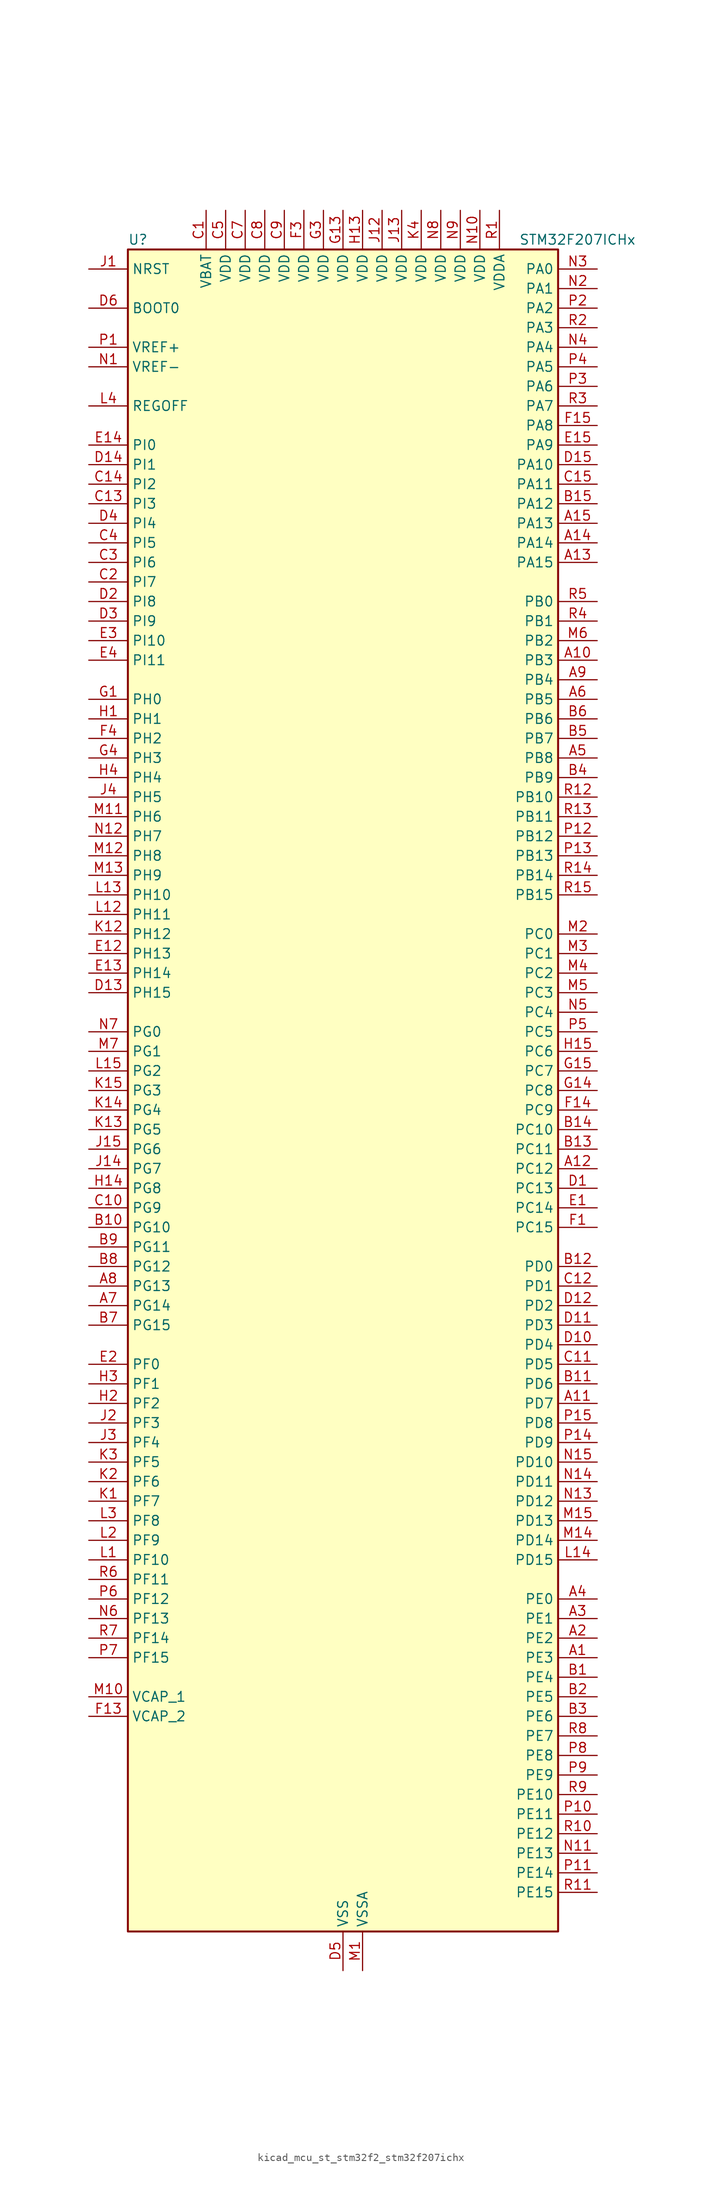
<source format=kicad_sym>
(kicad_symbol_lib
  (version 20220914)
  (generator kicad_symbol_editor)
  (symbol "kicad_mcu_st_stm32f2_stm32f207ichx"
    (property "Reference" "U"
      (at -27.94 110.49 0)
      (effects (font (size 1.27 1.27)) (justify left)))
    (property "Value" "STM32F207ICHx"
      (at 22.86 110.49 0)
      (effects (font (size 1.27 1.27)) (justify left)))
    (property "ki_locked" ""
      (at 0 0 0)
      (effects (font (size 1.27 1.27))))
    (symbol "kicad_mcu_st_stm32f2_stm32f207ichx_0_1"
      (rectangle (start -27.94 -109.22) (end 27.94 109.22) (stroke (width 0.254) (type default)) (fill (type background))))
    (symbol "kicad_mcu_st_stm32f2_stm32f207ichx_1_1"
      (pin bidirectional line (at 33.02 -73.66 180) (length 5.08) (name "PE3" (effects (font (size 1.27 1.27)))) (number "A1" (effects (font (size 1.27 1.27)))) (alternate "FSMC_A19" bidirectional line) (alternate "SYS_TRACED0" bidirectional line))
      (pin bidirectional line (at 33.02 55.88 180) (length 5.08) (name "PB3" (effects (font (size 1.27 1.27)))) (number "A10" (effects (font (size 1.27 1.27)))) (alternate "I2S3_SCK" bidirectional line) (alternate "SPI1_SCK" bidirectional line) (alternate "SPI3_SCK" bidirectional line) (alternate "SYS_JTDO-SWO" bidirectional line) (alternate "TIM2_CH2" bidirectional line))
      (pin bidirectional line (at 33.02 -40.64 180) (length 5.08) (name "PD7" (effects (font (size 1.27 1.27)))) (number "A11" (effects (font (size 1.27 1.27)))) (alternate "FSMC_NCE2" bidirectional line) (alternate "FSMC_NE1" bidirectional line) (alternate "USART2_CK" bidirectional line))
      (pin bidirectional line (at 33.02 -10.16 180) (length 5.08) (name "PC12" (effects (font (size 1.27 1.27)))) (number "A12" (effects (font (size 1.27 1.27)))) (alternate "DCMI_D9" bidirectional line) (alternate "I2S3_SD" bidirectional line) (alternate "SDIO_CK" bidirectional line) (alternate "SPI3_MOSI" bidirectional line) (alternate "UART5_TX" bidirectional line) (alternate "USART3_CK" bidirectional line))
      (pin bidirectional line (at 33.02 68.58 180) (length 5.08) (name "PA15" (effects (font (size 1.27 1.27)))) (number "A13" (effects (font (size 1.27 1.27)))) (alternate "ADC1_EXTI15" bidirectional line) (alternate "ADC2_EXTI15" bidirectional line) (alternate "ADC3_EXTI15" bidirectional line) (alternate "I2S3_WS" bidirectional line) (alternate "SPI1_NSS" bidirectional line) (alternate "SPI3_NSS" bidirectional line) (alternate "SYS_JTDI" bidirectional line) (alternate "TIM2_CH1" bidirectional line) (alternate "TIM2_ETR" bidirectional line))
      (pin bidirectional line (at 33.02 71.12 180) (length 5.08) (name "PA14" (effects (font (size 1.27 1.27)))) (number "A14" (effects (font (size 1.27 1.27)))) (alternate "SYS_JTCK-SWCLK" bidirectional line))
      (pin bidirectional line (at 33.02 73.66 180) (length 5.08) (name "PA13" (effects (font (size 1.27 1.27)))) (number "A15" (effects (font (size 1.27 1.27)))) (alternate "SYS_JTMS-SWDIO" bidirectional line))
      (pin bidirectional line (at 33.02 -71.12 180) (length 5.08) (name "PE2" (effects (font (size 1.27 1.27)))) (number "A2" (effects (font (size 1.27 1.27)))) (alternate "ETH_TXD3" bidirectional line) (alternate "FSMC_A23" bidirectional line) (alternate "SYS_TRACECLK" bidirectional line))
      (pin bidirectional line (at 33.02 -68.58 180) (length 5.08) (name "PE1" (effects (font (size 1.27 1.27)))) (number "A3" (effects (font (size 1.27 1.27)))) (alternate "DCMI_D3" bidirectional line) (alternate "FSMC_NBL1" bidirectional line))
      (pin bidirectional line (at 33.02 -66.04 180) (length 5.08) (name "PE0" (effects (font (size 1.27 1.27)))) (number "A4" (effects (font (size 1.27 1.27)))) (alternate "DCMI_D2" bidirectional line) (alternate "FSMC_NBL0" bidirectional line) (alternate "TIM4_ETR" bidirectional line))
      (pin bidirectional line (at 33.02 43.18 180) (length 5.08) (name "PB8" (effects (font (size 1.27 1.27)))) (number "A5" (effects (font (size 1.27 1.27)))) (alternate "CAN1_RX" bidirectional line) (alternate "DCMI_D6" bidirectional line) (alternate "ETH_TXD3" bidirectional line) (alternate "I2C1_SCL" bidirectional line) (alternate "SDIO_D4" bidirectional line) (alternate "TIM10_CH1" bidirectional line) (alternate "TIM4_CH3" bidirectional line))
      (pin bidirectional line (at 33.02 50.8 180) (length 5.08) (name "PB5" (effects (font (size 1.27 1.27)))) (number "A6" (effects (font (size 1.27 1.27)))) (alternate "CAN2_RX" bidirectional line) (alternate "DCMI_D10" bidirectional line) (alternate "ETH_PPS_OUT" bidirectional line) (alternate "I2C1_SMBA" bidirectional line) (alternate "I2S3_SD" bidirectional line) (alternate "SPI1_MOSI" bidirectional line) (alternate "SPI3_MOSI" bidirectional line) (alternate "TIM3_CH2" bidirectional line) (alternate "USB_OTG_HS_ULPI_D7" bidirectional line))
      (pin bidirectional line (at -33.02 -27.94 0) (length 5.08) (name "PG14" (effects (font (size 1.27 1.27)))) (number "A7" (effects (font (size 1.27 1.27)))) (alternate "ETH_TXD1" bidirectional line) (alternate "FSMC_A25" bidirectional line) (alternate "USART6_TX" bidirectional line))
      (pin bidirectional line (at -33.02 -25.4 0) (length 5.08) (name "PG13" (effects (font (size 1.27 1.27)))) (number "A8" (effects (font (size 1.27 1.27)))) (alternate "ETH_TXD0" bidirectional line) (alternate "FSMC_A24" bidirectional line) (alternate "USART6_CTS" bidirectional line))
      (pin bidirectional line (at 33.02 53.34 180) (length 5.08) (name "PB4" (effects (font (size 1.27 1.27)))) (number "A9" (effects (font (size 1.27 1.27)))) (alternate "SPI1_MISO" bidirectional line) (alternate "SPI3_MISO" bidirectional line) (alternate "SYS_JTRST" bidirectional line) (alternate "TIM3_CH1" bidirectional line))
      (pin bidirectional line (at 33.02 -76.2 180) (length 5.08) (name "PE4" (effects (font (size 1.27 1.27)))) (number "B1" (effects (font (size 1.27 1.27)))) (alternate "DCMI_D4" bidirectional line) (alternate "FSMC_A20" bidirectional line) (alternate "SYS_TRACED1" bidirectional line))
      (pin bidirectional line (at -33.02 -17.78 0) (length 5.08) (name "PG10" (effects (font (size 1.27 1.27)))) (number "B10" (effects (font (size 1.27 1.27)))) (alternate "FSMC_NCE4_1" bidirectional line) (alternate "FSMC_NE3" bidirectional line))
      (pin bidirectional line (at 33.02 -38.1 180) (length 5.08) (name "PD6" (effects (font (size 1.27 1.27)))) (number "B11" (effects (font (size 1.27 1.27)))) (alternate "FSMC_NWAIT" bidirectional line) (alternate "USART2_RX" bidirectional line))
      (pin bidirectional line (at 33.02 -22.86 180) (length 5.08) (name "PD0" (effects (font (size 1.27 1.27)))) (number "B12" (effects (font (size 1.27 1.27)))) (alternate "CAN1_RX" bidirectional line) (alternate "FSMC_D2" bidirectional line) (alternate "FSMC_DA2" bidirectional line))
      (pin bidirectional line (at 33.02 -7.62 180) (length 5.08) (name "PC11" (effects (font (size 1.27 1.27)))) (number "B13" (effects (font (size 1.27 1.27)))) (alternate "ADC1_EXTI11" bidirectional line) (alternate "ADC2_EXTI11" bidirectional line) (alternate "ADC3_EXTI11" bidirectional line) (alternate "DCMI_D4" bidirectional line) (alternate "SDIO_D3" bidirectional line) (alternate "SPI3_MISO" bidirectional line) (alternate "UART4_RX" bidirectional line) (alternate "USART3_RX" bidirectional line))
      (pin bidirectional line (at 33.02 -5.08 180) (length 5.08) (name "PC10" (effects (font (size 1.27 1.27)))) (number "B14" (effects (font (size 1.27 1.27)))) (alternate "DCMI_D8" bidirectional line) (alternate "I2S3_SCK" bidirectional line) (alternate "SDIO_D2" bidirectional line) (alternate "SPI3_SCK" bidirectional line) (alternate "UART4_TX" bidirectional line) (alternate "USART3_TX" bidirectional line))
      (pin bidirectional line (at 33.02 76.2 180) (length 5.08) (name "PA12" (effects (font (size 1.27 1.27)))) (number "B15" (effects (font (size 1.27 1.27)))) (alternate "CAN1_TX" bidirectional line) (alternate "TIM1_ETR" bidirectional line) (alternate "USART1_RTS" bidirectional line) (alternate "USB_OTG_FS_DP" bidirectional line))
      (pin bidirectional line (at 33.02 -78.74 180) (length 5.08) (name "PE5" (effects (font (size 1.27 1.27)))) (number "B2" (effects (font (size 1.27 1.27)))) (alternate "DCMI_D6" bidirectional line) (alternate "FSMC_A21" bidirectional line) (alternate "SYS_TRACED2" bidirectional line) (alternate "TIM9_CH1" bidirectional line))
      (pin bidirectional line (at 33.02 -81.28 180) (length 5.08) (name "PE6" (effects (font (size 1.27 1.27)))) (number "B3" (effects (font (size 1.27 1.27)))) (alternate "DCMI_D7" bidirectional line) (alternate "FSMC_A22" bidirectional line) (alternate "SYS_TRACED3" bidirectional line) (alternate "TIM9_CH2" bidirectional line))
      (pin bidirectional line (at 33.02 40.64 180) (length 5.08) (name "PB9" (effects (font (size 1.27 1.27)))) (number "B4" (effects (font (size 1.27 1.27)))) (alternate "CAN1_TX" bidirectional line) (alternate "DAC_EXTI9" bidirectional line) (alternate "DCMI_D7" bidirectional line) (alternate "I2C1_SDA" bidirectional line) (alternate "I2S2_WS" bidirectional line) (alternate "SDIO_D5" bidirectional line) (alternate "SPI2_NSS" bidirectional line) (alternate "TIM11_CH1" bidirectional line) (alternate "TIM4_CH4" bidirectional line))
      (pin bidirectional line (at 33.02 45.72 180) (length 5.08) (name "PB7" (effects (font (size 1.27 1.27)))) (number "B5" (effects (font (size 1.27 1.27)))) (alternate "DCMI_VSYNC" bidirectional line) (alternate "FSMC_NL" bidirectional line) (alternate "I2C1_SDA" bidirectional line) (alternate "TIM4_CH2" bidirectional line) (alternate "USART1_RX" bidirectional line))
      (pin bidirectional line (at 33.02 48.26 180) (length 5.08) (name "PB6" (effects (font (size 1.27 1.27)))) (number "B6" (effects (font (size 1.27 1.27)))) (alternate "CAN2_TX" bidirectional line) (alternate "DCMI_D5" bidirectional line) (alternate "I2C1_SCL" bidirectional line) (alternate "TIM4_CH1" bidirectional line) (alternate "USART1_TX" bidirectional line))
      (pin bidirectional line (at -33.02 -30.48 0) (length 5.08) (name "PG15" (effects (font (size 1.27 1.27)))) (number "B7" (effects (font (size 1.27 1.27)))) (alternate "ADC1_EXTI15" bidirectional line) (alternate "ADC2_EXTI15" bidirectional line) (alternate "ADC3_EXTI15" bidirectional line) (alternate "DCMI_D13" bidirectional line) (alternate "USART6_CTS" bidirectional line))
      (pin bidirectional line (at -33.02 -22.86 0) (length 5.08) (name "PG12" (effects (font (size 1.27 1.27)))) (number "B8" (effects (font (size 1.27 1.27)))) (alternate "FSMC_NE4" bidirectional line) (alternate "USART6_RTS" bidirectional line))
      (pin bidirectional line (at -33.02 -20.32 0) (length 5.08) (name "PG11" (effects (font (size 1.27 1.27)))) (number "B9" (effects (font (size 1.27 1.27)))) (alternate "ADC1_EXTI11" bidirectional line) (alternate "ADC2_EXTI11" bidirectional line) (alternate "ADC3_EXTI11" bidirectional line) (alternate "ETH_TX_EN" bidirectional line) (alternate "FSMC_NCE4_2" bidirectional line))
      (pin power_in line (at -17.78 114.3 270) (length 5.08) (name "VBAT" (effects (font (size 1.27 1.27)))) (number "C1" (effects (font (size 1.27 1.27)))))
      (pin bidirectional line (at -33.02 -15.24 0) (length 5.08) (name "PG9" (effects (font (size 1.27 1.27)))) (number "C10" (effects (font (size 1.27 1.27)))) (alternate "DAC_EXTI9" bidirectional line) (alternate "FSMC_NCE3" bidirectional line) (alternate "FSMC_NE2" bidirectional line) (alternate "USART6_RX" bidirectional line))
      (pin bidirectional line (at 33.02 -35.56 180) (length 5.08) (name "PD5" (effects (font (size 1.27 1.27)))) (number "C11" (effects (font (size 1.27 1.27)))) (alternate "FSMC_NWE" bidirectional line) (alternate "USART2_TX" bidirectional line))
      (pin bidirectional line (at 33.02 -25.4 180) (length 5.08) (name "PD1" (effects (font (size 1.27 1.27)))) (number "C12" (effects (font (size 1.27 1.27)))) (alternate "CAN1_TX" bidirectional line) (alternate "FSMC_D3" bidirectional line) (alternate "FSMC_DA3" bidirectional line))
      (pin bidirectional line (at -33.02 76.2 0) (length 5.08) (name "PI3" (effects (font (size 1.27 1.27)))) (number "C13" (effects (font (size 1.27 1.27)))) (alternate "DCMI_D10" bidirectional line) (alternate "I2S2_SD" bidirectional line) (alternate "SPI2_MOSI" bidirectional line) (alternate "TIM8_ETR" bidirectional line))
      (pin bidirectional line (at -33.02 78.74 0) (length 5.08) (name "PI2" (effects (font (size 1.27 1.27)))) (number "C14" (effects (font (size 1.27 1.27)))) (alternate "DCMI_D9" bidirectional line) (alternate "SPI2_MISO" bidirectional line) (alternate "TIM8_CH4" bidirectional line))
      (pin bidirectional line (at 33.02 78.74 180) (length 5.08) (name "PA11" (effects (font (size 1.27 1.27)))) (number "C15" (effects (font (size 1.27 1.27)))) (alternate "ADC1_EXTI11" bidirectional line) (alternate "ADC2_EXTI11" bidirectional line) (alternate "ADC3_EXTI11" bidirectional line) (alternate "CAN1_RX" bidirectional line) (alternate "TIM1_CH4" bidirectional line) (alternate "USART1_CTS" bidirectional line) (alternate "USB_OTG_FS_DM" bidirectional line))
      (pin bidirectional line (at -33.02 66.04 0) (length 5.08) (name "PI7" (effects (font (size 1.27 1.27)))) (number "C2" (effects (font (size 1.27 1.27)))) (alternate "DCMI_D7" bidirectional line) (alternate "TIM8_CH3" bidirectional line))
      (pin bidirectional line (at -33.02 68.58 0) (length 5.08) (name "PI6" (effects (font (size 1.27 1.27)))) (number "C3" (effects (font (size 1.27 1.27)))) (alternate "DCMI_D6" bidirectional line) (alternate "TIM8_CH2" bidirectional line))
      (pin bidirectional line (at -33.02 71.12 0) (length 5.08) (name "PI5" (effects (font (size 1.27 1.27)))) (number "C4" (effects (font (size 1.27 1.27)))) (alternate "DCMI_VSYNC" bidirectional line) (alternate "TIM8_CH1" bidirectional line))
      (pin power_in line (at -15.24 114.3 270) (length 5.08) (name "VDD" (effects (font (size 1.27 1.27)))) (number "C5" (effects (font (size 1.27 1.27)))))
      (pin no_connect line (at -27.94 -109.22 0) (length 5.08) hide (name "RFU" (effects (font (size 1.27 1.27)))) (number "C6" (effects (font (size 1.27 1.27)))))
      (pin power_in line (at -12.7 114.3 270) (length 5.08) (name "VDD" (effects (font (size 1.27 1.27)))) (number "C7" (effects (font (size 1.27 1.27)))))
      (pin power_in line (at -10.16 114.3 270) (length 5.08) (name "VDD" (effects (font (size 1.27 1.27)))) (number "C8" (effects (font (size 1.27 1.27)))))
      (pin power_in line (at -7.62 114.3 270) (length 5.08) (name "VDD" (effects (font (size 1.27 1.27)))) (number "C9" (effects (font (size 1.27 1.27)))))
      (pin bidirectional line (at 33.02 -12.7 180) (length 5.08) (name "PC13" (effects (font (size 1.27 1.27)))) (number "D1" (effects (font (size 1.27 1.27)))) (alternate "RTC_AF1" bidirectional line))
      (pin bidirectional line (at 33.02 -33.02 180) (length 5.08) (name "PD4" (effects (font (size 1.27 1.27)))) (number "D10" (effects (font (size 1.27 1.27)))) (alternate "FSMC_NOE" bidirectional line) (alternate "USART2_RTS" bidirectional line))
      (pin bidirectional line (at 33.02 -30.48 180) (length 5.08) (name "PD3" (effects (font (size 1.27 1.27)))) (number "D11" (effects (font (size 1.27 1.27)))) (alternate "FSMC_CLK" bidirectional line) (alternate "USART2_CTS" bidirectional line))
      (pin bidirectional line (at 33.02 -27.94 180) (length 5.08) (name "PD2" (effects (font (size 1.27 1.27)))) (number "D12" (effects (font (size 1.27 1.27)))) (alternate "DCMI_D11" bidirectional line) (alternate "SDIO_CMD" bidirectional line) (alternate "TIM3_ETR" bidirectional line) (alternate "UART5_RX" bidirectional line))
      (pin bidirectional line (at -33.02 12.7 0) (length 5.08) (name "PH15" (effects (font (size 1.27 1.27)))) (number "D13" (effects (font (size 1.27 1.27)))) (alternate "ADC1_EXTI15" bidirectional line) (alternate "ADC2_EXTI15" bidirectional line) (alternate "ADC3_EXTI15" bidirectional line) (alternate "DCMI_D11" bidirectional line) (alternate "TIM8_CH3N" bidirectional line))
      (pin bidirectional line (at -33.02 81.28 0) (length 5.08) (name "PI1" (effects (font (size 1.27 1.27)))) (number "D14" (effects (font (size 1.27 1.27)))) (alternate "DCMI_D8" bidirectional line) (alternate "I2S2_SCK" bidirectional line) (alternate "SPI2_SCK" bidirectional line))
      (pin bidirectional line (at 33.02 81.28 180) (length 5.08) (name "PA10" (effects (font (size 1.27 1.27)))) (number "D15" (effects (font (size 1.27 1.27)))) (alternate "DCMI_D1" bidirectional line) (alternate "TIM1_CH3" bidirectional line) (alternate "USART1_RX" bidirectional line) (alternate "USB_OTG_FS_ID" bidirectional line))
      (pin bidirectional line (at -33.02 63.5 0) (length 5.08) (name "PI8" (effects (font (size 1.27 1.27)))) (number "D2" (effects (font (size 1.27 1.27)))) (alternate "RTC_AF2" bidirectional line))
      (pin bidirectional line (at -33.02 60.96 0) (length 5.08) (name "PI9" (effects (font (size 1.27 1.27)))) (number "D3" (effects (font (size 1.27 1.27)))) (alternate "CAN1_RX" bidirectional line) (alternate "DAC_EXTI9" bidirectional line))
      (pin bidirectional line (at -33.02 73.66 0) (length 5.08) (name "PI4" (effects (font (size 1.27 1.27)))) (number "D4" (effects (font (size 1.27 1.27)))) (alternate "DCMI_D5" bidirectional line) (alternate "TIM8_BKIN" bidirectional line))
      (pin power_in line (at 0 -114.3 90) (length 5.08) (name "VSS" (effects (font (size 1.27 1.27)))) (number "D5" (effects (font (size 1.27 1.27)))))
      (pin input line (at -33.02 101.6 0) (length 5.08) (name "BOOT0" (effects (font (size 1.27 1.27)))) (number "D6" (effects (font (size 1.27 1.27)))))
      (pin passive line (at 0 -114.3 90) (length 5.08) hide (name "VSS" (effects (font (size 1.27 1.27)))) (number "D7" (effects (font (size 1.27 1.27)))))
      (pin passive line (at 0 -114.3 90) (length 5.08) hide (name "VSS" (effects (font (size 1.27 1.27)))) (number "D8" (effects (font (size 1.27 1.27)))))
      (pin passive line (at 0 -114.3 90) (length 5.08) hide (name "VSS" (effects (font (size 1.27 1.27)))) (number "D9" (effects (font (size 1.27 1.27)))))
      (pin bidirectional line (at 33.02 -15.24 180) (length 5.08) (name "PC14" (effects (font (size 1.27 1.27)))) (number "E1" (effects (font (size 1.27 1.27)))) (alternate "RCC_OSC32_IN" bidirectional line))
      (pin bidirectional line (at -33.02 17.78 0) (length 5.08) (name "PH13" (effects (font (size 1.27 1.27)))) (number "E12" (effects (font (size 1.27 1.27)))) (alternate "CAN1_TX" bidirectional line) (alternate "TIM8_CH1N" bidirectional line))
      (pin bidirectional line (at -33.02 15.24 0) (length 5.08) (name "PH14" (effects (font (size 1.27 1.27)))) (number "E13" (effects (font (size 1.27 1.27)))) (alternate "DCMI_D4" bidirectional line) (alternate "TIM8_CH2N" bidirectional line))
      (pin bidirectional line (at -33.02 83.82 0) (length 5.08) (name "PI0" (effects (font (size 1.27 1.27)))) (number "E14" (effects (font (size 1.27 1.27)))) (alternate "DCMI_D13" bidirectional line) (alternate "I2S2_WS" bidirectional line) (alternate "SPI2_NSS" bidirectional line) (alternate "TIM5_CH4" bidirectional line))
      (pin bidirectional line (at 33.02 83.82 180) (length 5.08) (name "PA9" (effects (font (size 1.27 1.27)))) (number "E15" (effects (font (size 1.27 1.27)))) (alternate "DAC_EXTI9" bidirectional line) (alternate "DCMI_D0" bidirectional line) (alternate "I2C3_SMBA" bidirectional line) (alternate "TIM1_CH2" bidirectional line) (alternate "USART1_TX" bidirectional line) (alternate "USB_OTG_FS_VBUS" bidirectional line))
      (pin bidirectional line (at -33.02 -35.56 0) (length 5.08) (name "PF0" (effects (font (size 1.27 1.27)))) (number "E2" (effects (font (size 1.27 1.27)))) (alternate "FSMC_A0" bidirectional line) (alternate "I2C2_SDA" bidirectional line))
      (pin bidirectional line (at -33.02 58.42 0) (length 5.08) (name "PI10" (effects (font (size 1.27 1.27)))) (number "E3" (effects (font (size 1.27 1.27)))) (alternate "ETH_RX_ER" bidirectional line))
      (pin bidirectional line (at -33.02 55.88 0) (length 5.08) (name "PI11" (effects (font (size 1.27 1.27)))) (number "E4" (effects (font (size 1.27 1.27)))) (alternate "ADC1_EXTI11" bidirectional line) (alternate "ADC2_EXTI11" bidirectional line) (alternate "ADC3_EXTI11" bidirectional line) (alternate "USB_OTG_HS_ULPI_DIR" bidirectional line))
      (pin bidirectional line (at 33.02 -17.78 180) (length 5.08) (name "PC15" (effects (font (size 1.27 1.27)))) (number "F1" (effects (font (size 1.27 1.27)))) (alternate "ADC1_EXTI15" bidirectional line) (alternate "ADC2_EXTI15" bidirectional line) (alternate "ADC3_EXTI15" bidirectional line) (alternate "RCC_OSC32_OUT" bidirectional line))
      (pin passive line (at 0 -114.3 90) (length 5.08) hide (name "VSS" (effects (font (size 1.27 1.27)))) (number "F10" (effects (font (size 1.27 1.27)))))
      (pin passive line (at 0 -114.3 90) (length 5.08) hide (name "VSS" (effects (font (size 1.27 1.27)))) (number "F12" (effects (font (size 1.27 1.27)))))
      (pin power_out line (at -33.02 -81.28 0) (length 5.08) (name "VCAP_2" (effects (font (size 1.27 1.27)))) (number "F13" (effects (font (size 1.27 1.27)))))
      (pin bidirectional line (at 33.02 -2.54 180) (length 5.08) (name "PC9" (effects (font (size 1.27 1.27)))) (number "F14" (effects (font (size 1.27 1.27)))) (alternate "DAC_EXTI9" bidirectional line) (alternate "DCMI_D3" bidirectional line) (alternate "I2C3_SDA" bidirectional line) (alternate "I2S_CKIN" bidirectional line) (alternate "RCC_MCO_2" bidirectional line) (alternate "SDIO_D1" bidirectional line) (alternate "TIM3_CH4" bidirectional line) (alternate "TIM8_CH4" bidirectional line))
      (pin bidirectional line (at 33.02 86.36 180) (length 5.08) (name "PA8" (effects (font (size 1.27 1.27)))) (number "F15" (effects (font (size 1.27 1.27)))) (alternate "I2C3_SCL" bidirectional line) (alternate "RCC_MCO_1" bidirectional line) (alternate "TIM1_CH1" bidirectional line) (alternate "USART1_CK" bidirectional line) (alternate "USB_OTG_FS_SOF" bidirectional line))
      (pin passive line (at 0 -114.3 90) (length 5.08) hide (name "VSS" (effects (font (size 1.27 1.27)))) (number "F2" (effects (font (size 1.27 1.27)))))
      (pin power_in line (at -5.08 114.3 270) (length 5.08) (name "VDD" (effects (font (size 1.27 1.27)))) (number "F3" (effects (font (size 1.27 1.27)))))
      (pin bidirectional line (at -33.02 45.72 0) (length 5.08) (name "PH2" (effects (font (size 1.27 1.27)))) (number "F4" (effects (font (size 1.27 1.27)))) (alternate "ETH_CRS" bidirectional line))
      (pin passive line (at 0 -114.3 90) (length 5.08) hide (name "VSS" (effects (font (size 1.27 1.27)))) (number "F6" (effects (font (size 1.27 1.27)))))
      (pin passive line (at 0 -114.3 90) (length 5.08) hide (name "VSS" (effects (font (size 1.27 1.27)))) (number "F7" (effects (font (size 1.27 1.27)))))
      (pin passive line (at 0 -114.3 90) (length 5.08) hide (name "VSS" (effects (font (size 1.27 1.27)))) (number "F8" (effects (font (size 1.27 1.27)))))
      (pin passive line (at 0 -114.3 90) (length 5.08) hide (name "VSS" (effects (font (size 1.27 1.27)))) (number "F9" (effects (font (size 1.27 1.27)))))
      (pin bidirectional line (at -33.02 50.8 0) (length 5.08) (name "PH0" (effects (font (size 1.27 1.27)))) (number "G1" (effects (font (size 1.27 1.27)))) (alternate "RCC_OSC_IN" bidirectional line))
      (pin passive line (at 0 -114.3 90) (length 5.08) hide (name "VSS" (effects (font (size 1.27 1.27)))) (number "G10" (effects (font (size 1.27 1.27)))))
      (pin passive line (at 0 -114.3 90) (length 5.08) hide (name "VSS" (effects (font (size 1.27 1.27)))) (number "G12" (effects (font (size 1.27 1.27)))))
      (pin power_in line (at 0 114.3 270) (length 5.08) (name "VDD" (effects (font (size 1.27 1.27)))) (number "G13" (effects (font (size 1.27 1.27)))))
      (pin bidirectional line (at 33.02 0 180) (length 5.08) (name "PC8" (effects (font (size 1.27 1.27)))) (number "G14" (effects (font (size 1.27 1.27)))) (alternate "DCMI_D2" bidirectional line) (alternate "SDIO_D0" bidirectional line) (alternate "TIM3_CH3" bidirectional line) (alternate "TIM8_CH3" bidirectional line) (alternate "USART6_CK" bidirectional line))
      (pin bidirectional line (at 33.02 2.54 180) (length 5.08) (name "PC7" (effects (font (size 1.27 1.27)))) (number "G15" (effects (font (size 1.27 1.27)))) (alternate "DCMI_D1" bidirectional line) (alternate "I2S3_MCK" bidirectional line) (alternate "SDIO_D7" bidirectional line) (alternate "TIM3_CH2" bidirectional line) (alternate "TIM8_CH2" bidirectional line) (alternate "USART6_RX" bidirectional line))
      (pin passive line (at 0 -114.3 90) (length 5.08) hide (name "VSS" (effects (font (size 1.27 1.27)))) (number "G2" (effects (font (size 1.27 1.27)))))
      (pin power_in line (at -2.54 114.3 270) (length 5.08) (name "VDD" (effects (font (size 1.27 1.27)))) (number "G3" (effects (font (size 1.27 1.27)))))
      (pin bidirectional line (at -33.02 43.18 0) (length 5.08) (name "PH3" (effects (font (size 1.27 1.27)))) (number "G4" (effects (font (size 1.27 1.27)))) (alternate "ETH_COL" bidirectional line))
      (pin passive line (at 0 -114.3 90) (length 5.08) hide (name "VSS" (effects (font (size 1.27 1.27)))) (number "G6" (effects (font (size 1.27 1.27)))))
      (pin passive line (at 0 -114.3 90) (length 5.08) hide (name "VSS" (effects (font (size 1.27 1.27)))) (number "G7" (effects (font (size 1.27 1.27)))))
      (pin passive line (at 0 -114.3 90) (length 5.08) hide (name "VSS" (effects (font (size 1.27 1.27)))) (number "G8" (effects (font (size 1.27 1.27)))))
      (pin passive line (at 0 -114.3 90) (length 5.08) hide (name "VSS" (effects (font (size 1.27 1.27)))) (number "G9" (effects (font (size 1.27 1.27)))))
      (pin bidirectional line (at -33.02 48.26 0) (length 5.08) (name "PH1" (effects (font (size 1.27 1.27)))) (number "H1" (effects (font (size 1.27 1.27)))) (alternate "RCC_OSC_OUT" bidirectional line))
      (pin passive line (at 0 -114.3 90) (length 5.08) hide (name "VSS" (effects (font (size 1.27 1.27)))) (number "H10" (effects (font (size 1.27 1.27)))))
      (pin passive line (at 0 -114.3 90) (length 5.08) hide (name "VSS" (effects (font (size 1.27 1.27)))) (number "H12" (effects (font (size 1.27 1.27)))))
      (pin power_in line (at 2.54 114.3 270) (length 5.08) (name "VDD" (effects (font (size 1.27 1.27)))) (number "H13" (effects (font (size 1.27 1.27)))))
      (pin bidirectional line (at -33.02 -12.7 0) (length 5.08) (name "PG8" (effects (font (size 1.27 1.27)))) (number "H14" (effects (font (size 1.27 1.27)))) (alternate "ETH_PPS_OUT" bidirectional line) (alternate "USART6_RTS" bidirectional line))
      (pin bidirectional line (at 33.02 5.08 180) (length 5.08) (name "PC6" (effects (font (size 1.27 1.27)))) (number "H15" (effects (font (size 1.27 1.27)))) (alternate "DCMI_D0" bidirectional line) (alternate "I2S2_MCK" bidirectional line) (alternate "SDIO_D6" bidirectional line) (alternate "TIM3_CH1" bidirectional line) (alternate "TIM8_CH1" bidirectional line) (alternate "USART6_TX" bidirectional line))
      (pin bidirectional line (at -33.02 -40.64 0) (length 5.08) (name "PF2" (effects (font (size 1.27 1.27)))) (number "H2" (effects (font (size 1.27 1.27)))) (alternate "FSMC_A2" bidirectional line) (alternate "I2C2_SMBA" bidirectional line))
      (pin bidirectional line (at -33.02 -38.1 0) (length 5.08) (name "PF1" (effects (font (size 1.27 1.27)))) (number "H3" (effects (font (size 1.27 1.27)))) (alternate "FSMC_A1" bidirectional line) (alternate "I2C2_SCL" bidirectional line))
      (pin bidirectional line (at -33.02 40.64 0) (length 5.08) (name "PH4" (effects (font (size 1.27 1.27)))) (number "H4" (effects (font (size 1.27 1.27)))) (alternate "I2C2_SCL" bidirectional line) (alternate "USB_OTG_HS_ULPI_NXT" bidirectional line))
      (pin passive line (at 0 -114.3 90) (length 5.08) hide (name "VSS" (effects (font (size 1.27 1.27)))) (number "H6" (effects (font (size 1.27 1.27)))))
      (pin passive line (at 0 -114.3 90) (length 5.08) hide (name "VSS" (effects (font (size 1.27 1.27)))) (number "H7" (effects (font (size 1.27 1.27)))))
      (pin passive line (at 0 -114.3 90) (length 5.08) hide (name "VSS" (effects (font (size 1.27 1.27)))) (number "H8" (effects (font (size 1.27 1.27)))))
      (pin passive line (at 0 -114.3 90) (length 5.08) hide (name "VSS" (effects (font (size 1.27 1.27)))) (number "H9" (effects (font (size 1.27 1.27)))))
      (pin input line (at -33.02 106.68 0) (length 5.08) (name "NRST" (effects (font (size 1.27 1.27)))) (number "J1" (effects (font (size 1.27 1.27)))))
      (pin passive line (at 0 -114.3 90) (length 5.08) hide (name "VSS" (effects (font (size 1.27 1.27)))) (number "J10" (effects (font (size 1.27 1.27)))))
      (pin power_in line (at 5.08 114.3 270) (length 5.08) (name "VDD" (effects (font (size 1.27 1.27)))) (number "J12" (effects (font (size 1.27 1.27)))))
      (pin power_in line (at 7.62 114.3 270) (length 5.08) (name "VDD" (effects (font (size 1.27 1.27)))) (number "J13" (effects (font (size 1.27 1.27)))))
      (pin bidirectional line (at -33.02 -10.16 0) (length 5.08) (name "PG7" (effects (font (size 1.27 1.27)))) (number "J14" (effects (font (size 1.27 1.27)))) (alternate "FSMC_INT3" bidirectional line) (alternate "USART6_CK" bidirectional line))
      (pin bidirectional line (at -33.02 -7.62 0) (length 5.08) (name "PG6" (effects (font (size 1.27 1.27)))) (number "J15" (effects (font (size 1.27 1.27)))) (alternate "FSMC_INT2" bidirectional line))
      (pin bidirectional line (at -33.02 -43.18 0) (length 5.08) (name "PF3" (effects (font (size 1.27 1.27)))) (number "J2" (effects (font (size 1.27 1.27)))) (alternate "ADC3_IN9" bidirectional line) (alternate "FSMC_A3" bidirectional line))
      (pin bidirectional line (at -33.02 -45.72 0) (length 5.08) (name "PF4" (effects (font (size 1.27 1.27)))) (number "J3" (effects (font (size 1.27 1.27)))) (alternate "ADC3_IN14" bidirectional line) (alternate "FSMC_A4" bidirectional line))
      (pin bidirectional line (at -33.02 38.1 0) (length 5.08) (name "PH5" (effects (font (size 1.27 1.27)))) (number "J4" (effects (font (size 1.27 1.27)))) (alternate "I2C2_SDA" bidirectional line))
      (pin passive line (at 0 -114.3 90) (length 5.08) hide (name "VSS" (effects (font (size 1.27 1.27)))) (number "J6" (effects (font (size 1.27 1.27)))))
      (pin passive line (at 0 -114.3 90) (length 5.08) hide (name "VSS" (effects (font (size 1.27 1.27)))) (number "J7" (effects (font (size 1.27 1.27)))))
      (pin passive line (at 0 -114.3 90) (length 5.08) hide (name "VSS" (effects (font (size 1.27 1.27)))) (number "J8" (effects (font (size 1.27 1.27)))))
      (pin passive line (at 0 -114.3 90) (length 5.08) hide (name "VSS" (effects (font (size 1.27 1.27)))) (number "J9" (effects (font (size 1.27 1.27)))))
      (pin bidirectional line (at -33.02 -53.34 0) (length 5.08) (name "PF7" (effects (font (size 1.27 1.27)))) (number "K1" (effects (font (size 1.27 1.27)))) (alternate "ADC3_IN5" bidirectional line) (alternate "FSMC_NREG" bidirectional line) (alternate "TIM11_CH1" bidirectional line))
      (pin passive line (at 0 -114.3 90) (length 5.08) hide (name "VSS" (effects (font (size 1.27 1.27)))) (number "K10" (effects (font (size 1.27 1.27)))))
      (pin bidirectional line (at -33.02 20.32 0) (length 5.08) (name "PH12" (effects (font (size 1.27 1.27)))) (number "K12" (effects (font (size 1.27 1.27)))) (alternate "DCMI_D3" bidirectional line) (alternate "TIM5_CH3" bidirectional line))
      (pin bidirectional line (at -33.02 -5.08 0) (length 5.08) (name "PG5" (effects (font (size 1.27 1.27)))) (number "K13" (effects (font (size 1.27 1.27)))) (alternate "FSMC_A15" bidirectional line))
      (pin bidirectional line (at -33.02 -2.54 0) (length 5.08) (name "PG4" (effects (font (size 1.27 1.27)))) (number "K14" (effects (font (size 1.27 1.27)))) (alternate "FSMC_A14" bidirectional line))
      (pin bidirectional line (at -33.02 0 0) (length 5.08) (name "PG3" (effects (font (size 1.27 1.27)))) (number "K15" (effects (font (size 1.27 1.27)))) (alternate "FSMC_A13" bidirectional line))
      (pin bidirectional line (at -33.02 -50.8 0) (length 5.08) (name "PF6" (effects (font (size 1.27 1.27)))) (number "K2" (effects (font (size 1.27 1.27)))) (alternate "ADC3_IN4" bidirectional line) (alternate "FSMC_NIORD" bidirectional line) (alternate "TIM10_CH1" bidirectional line))
      (pin bidirectional line (at -33.02 -48.26 0) (length 5.08) (name "PF5" (effects (font (size 1.27 1.27)))) (number "K3" (effects (font (size 1.27 1.27)))) (alternate "ADC3_IN15" bidirectional line) (alternate "FSMC_A5" bidirectional line))
      (pin power_in line (at 10.16 114.3 270) (length 5.08) (name "VDD" (effects (font (size 1.27 1.27)))) (number "K4" (effects (font (size 1.27 1.27)))))
      (pin passive line (at 0 -114.3 90) (length 5.08) hide (name "VSS" (effects (font (size 1.27 1.27)))) (number "K6" (effects (font (size 1.27 1.27)))))
      (pin passive line (at 0 -114.3 90) (length 5.08) hide (name "VSS" (effects (font (size 1.27 1.27)))) (number "K7" (effects (font (size 1.27 1.27)))))
      (pin passive line (at 0 -114.3 90) (length 5.08) hide (name "VSS" (effects (font (size 1.27 1.27)))) (number "K8" (effects (font (size 1.27 1.27)))))
      (pin passive line (at 0 -114.3 90) (length 5.08) hide (name "VSS" (effects (font (size 1.27 1.27)))) (number "K9" (effects (font (size 1.27 1.27)))))
      (pin bidirectional line (at -33.02 -60.96 0) (length 5.08) (name "PF10" (effects (font (size 1.27 1.27)))) (number "L1" (effects (font (size 1.27 1.27)))) (alternate "ADC3_IN8" bidirectional line) (alternate "FSMC_INTR" bidirectional line))
      (pin bidirectional line (at -33.02 22.86 0) (length 5.08) (name "PH11" (effects (font (size 1.27 1.27)))) (number "L12" (effects (font (size 1.27 1.27)))) (alternate "ADC1_EXTI11" bidirectional line) (alternate "ADC2_EXTI11" bidirectional line) (alternate "ADC3_EXTI11" bidirectional line) (alternate "DCMI_D2" bidirectional line) (alternate "TIM5_CH2" bidirectional line))
      (pin bidirectional line (at -33.02 25.4 0) (length 5.08) (name "PH10" (effects (font (size 1.27 1.27)))) (number "L13" (effects (font (size 1.27 1.27)))) (alternate "DCMI_D1" bidirectional line) (alternate "TIM5_CH1" bidirectional line))
      (pin bidirectional line (at 33.02 -60.96 180) (length 5.08) (name "PD15" (effects (font (size 1.27 1.27)))) (number "L14" (effects (font (size 1.27 1.27)))) (alternate "ADC1_EXTI15" bidirectional line) (alternate "ADC2_EXTI15" bidirectional line) (alternate "ADC3_EXTI15" bidirectional line) (alternate "FSMC_D1" bidirectional line) (alternate "FSMC_DA1" bidirectional line) (alternate "TIM4_CH4" bidirectional line))
      (pin bidirectional line (at -33.02 2.54 0) (length 5.08) (name "PG2" (effects (font (size 1.27 1.27)))) (number "L15" (effects (font (size 1.27 1.27)))) (alternate "FSMC_A12" bidirectional line))
      (pin bidirectional line (at -33.02 -58.42 0) (length 5.08) (name "PF9" (effects (font (size 1.27 1.27)))) (number "L2" (effects (font (size 1.27 1.27)))) (alternate "ADC3_IN7" bidirectional line) (alternate "DAC_EXTI9" bidirectional line) (alternate "FSMC_CD" bidirectional line) (alternate "TIM14_CH1" bidirectional line))
      (pin bidirectional line (at -33.02 -55.88 0) (length 5.08) (name "PF8" (effects (font (size 1.27 1.27)))) (number "L3" (effects (font (size 1.27 1.27)))) (alternate "ADC3_IN6" bidirectional line) (alternate "FSMC_NIOWR" bidirectional line) (alternate "TIM13_CH1" bidirectional line))
      (pin input line (at -33.02 88.9 0) (length 5.08) (name "REGOFF" (effects (font (size 1.27 1.27)))) (number "L4" (effects (font (size 1.27 1.27)))))
      (pin power_in line (at 2.54 -114.3 90) (length 5.08) (name "VSSA" (effects (font (size 1.27 1.27)))) (number "M1" (effects (font (size 1.27 1.27)))))
      (pin power_out line (at -33.02 -78.74 0) (length 5.08) (name "VCAP_1" (effects (font (size 1.27 1.27)))) (number "M10" (effects (font (size 1.27 1.27)))))
      (pin bidirectional line (at -33.02 35.56 0) (length 5.08) (name "PH6" (effects (font (size 1.27 1.27)))) (number "M11" (effects (font (size 1.27 1.27)))) (alternate "ETH_RXD2" bidirectional line) (alternate "I2C2_SMBA" bidirectional line) (alternate "TIM12_CH1" bidirectional line))
      (pin bidirectional line (at -33.02 30.48 0) (length 5.08) (name "PH8" (effects (font (size 1.27 1.27)))) (number "M12" (effects (font (size 1.27 1.27)))) (alternate "DCMI_HSYNC" bidirectional line) (alternate "I2C3_SDA" bidirectional line))
      (pin bidirectional line (at -33.02 27.94 0) (length 5.08) (name "PH9" (effects (font (size 1.27 1.27)))) (number "M13" (effects (font (size 1.27 1.27)))) (alternate "DAC_EXTI9" bidirectional line) (alternate "DCMI_D0" bidirectional line) (alternate "I2C3_SMBA" bidirectional line) (alternate "TIM12_CH2" bidirectional line))
      (pin bidirectional line (at 33.02 -58.42 180) (length 5.08) (name "PD14" (effects (font (size 1.27 1.27)))) (number "M14" (effects (font (size 1.27 1.27)))) (alternate "FSMC_D0" bidirectional line) (alternate "FSMC_DA0" bidirectional line) (alternate "TIM4_CH3" bidirectional line))
      (pin bidirectional line (at 33.02 -55.88 180) (length 5.08) (name "PD13" (effects (font (size 1.27 1.27)))) (number "M15" (effects (font (size 1.27 1.27)))) (alternate "FSMC_A18" bidirectional line) (alternate "TIM4_CH2" bidirectional line))
      (pin bidirectional line (at 33.02 20.32 180) (length 5.08) (name "PC0" (effects (font (size 1.27 1.27)))) (number "M2" (effects (font (size 1.27 1.27)))) (alternate "ADC1_IN10" bidirectional line) (alternate "ADC2_IN10" bidirectional line) (alternate "ADC3_IN10" bidirectional line) (alternate "USB_OTG_HS_ULPI_STP" bidirectional line))
      (pin bidirectional line (at 33.02 17.78 180) (length 5.08) (name "PC1" (effects (font (size 1.27 1.27)))) (number "M3" (effects (font (size 1.27 1.27)))) (alternate "ADC1_IN11" bidirectional line) (alternate "ADC2_IN11" bidirectional line) (alternate "ADC3_IN11" bidirectional line) (alternate "ETH_MDC" bidirectional line))
      (pin bidirectional line (at 33.02 15.24 180) (length 5.08) (name "PC2" (effects (font (size 1.27 1.27)))) (number "M4" (effects (font (size 1.27 1.27)))) (alternate "ADC1_IN12" bidirectional line) (alternate "ADC2_IN12" bidirectional line) (alternate "ADC3_IN12" bidirectional line) (alternate "ETH_TXD2" bidirectional line) (alternate "SPI2_MISO" bidirectional line) (alternate "USB_OTG_HS_ULPI_DIR" bidirectional line))
      (pin bidirectional line (at 33.02 12.7 180) (length 5.08) (name "PC3" (effects (font (size 1.27 1.27)))) (number "M5" (effects (font (size 1.27 1.27)))) (alternate "ADC1_IN13" bidirectional line) (alternate "ADC2_IN13" bidirectional line) (alternate "ADC3_IN13" bidirectional line) (alternate "ETH_TX_CLK" bidirectional line) (alternate "I2S2_SD" bidirectional line) (alternate "SPI2_MOSI" bidirectional line) (alternate "USB_OTG_HS_ULPI_NXT" bidirectional line))
      (pin bidirectional line (at 33.02 58.42 180) (length 5.08) (name "PB2" (effects (font (size 1.27 1.27)))) (number "M6" (effects (font (size 1.27 1.27)))))
      (pin bidirectional line (at -33.02 5.08 0) (length 5.08) (name "PG1" (effects (font (size 1.27 1.27)))) (number "M7" (effects (font (size 1.27 1.27)))) (alternate "FSMC_A11" bidirectional line))
      (pin passive line (at 0 -114.3 90) (length 5.08) hide (name "VSS" (effects (font (size 1.27 1.27)))) (number "M8" (effects (font (size 1.27 1.27)))))
      (pin passive line (at 0 -114.3 90) (length 5.08) hide (name "VSS" (effects (font (size 1.27 1.27)))) (number "M9" (effects (font (size 1.27 1.27)))))
      (pin input line (at -33.02 93.98 0) (length 5.08) (name "VREF-" (effects (font (size 1.27 1.27)))) (number "N1" (effects (font (size 1.27 1.27)))))
      (pin power_in line (at 17.78 114.3 270) (length 5.08) (name "VDD" (effects (font (size 1.27 1.27)))) (number "N10" (effects (font (size 1.27 1.27)))))
      (pin bidirectional line (at 33.02 -99.06 180) (length 5.08) (name "PE13" (effects (font (size 1.27 1.27)))) (number "N11" (effects (font (size 1.27 1.27)))) (alternate "FSMC_D10" bidirectional line) (alternate "FSMC_DA10" bidirectional line) (alternate "TIM1_CH3" bidirectional line))
      (pin bidirectional line (at -33.02 33.02 0) (length 5.08) (name "PH7" (effects (font (size 1.27 1.27)))) (number "N12" (effects (font (size 1.27 1.27)))) (alternate "ETH_RXD3" bidirectional line) (alternate "I2C3_SCL" bidirectional line))
      (pin bidirectional line (at 33.02 -53.34 180) (length 5.08) (name "PD12" (effects (font (size 1.27 1.27)))) (number "N13" (effects (font (size 1.27 1.27)))) (alternate "FSMC_A17" bidirectional line) (alternate "FSMC_ALE" bidirectional line) (alternate "TIM4_CH1" bidirectional line) (alternate "USART3_RTS" bidirectional line))
      (pin bidirectional line (at 33.02 -50.8 180) (length 5.08) (name "PD11" (effects (font (size 1.27 1.27)))) (number "N14" (effects (font (size 1.27 1.27)))) (alternate "ADC1_EXTI11" bidirectional line) (alternate "ADC2_EXTI11" bidirectional line) (alternate "ADC3_EXTI11" bidirectional line) (alternate "FSMC_A16" bidirectional line) (alternate "FSMC_CLE" bidirectional line) (alternate "USART3_CTS" bidirectional line))
      (pin bidirectional line (at 33.02 -48.26 180) (length 5.08) (name "PD10" (effects (font (size 1.27 1.27)))) (number "N15" (effects (font (size 1.27 1.27)))) (alternate "FSMC_D15" bidirectional line) (alternate "FSMC_DA15" bidirectional line) (alternate "USART3_CK" bidirectional line))
      (pin bidirectional line (at 33.02 104.14 180) (length 5.08) (name "PA1" (effects (font (size 1.27 1.27)))) (number "N2" (effects (font (size 1.27 1.27)))) (alternate "ADC1_IN1" bidirectional line) (alternate "ADC2_IN1" bidirectional line) (alternate "ADC3_IN1" bidirectional line) (alternate "ETH_REF_CLK" bidirectional line) (alternate "ETH_RX_CLK" bidirectional line) (alternate "TIM2_CH2" bidirectional line) (alternate "TIM5_CH2" bidirectional line) (alternate "UART4_RX" bidirectional line) (alternate "USART2_RTS" bidirectional line))
      (pin bidirectional line (at 33.02 106.68 180) (length 5.08) (name "PA0" (effects (font (size 1.27 1.27)))) (number "N3" (effects (font (size 1.27 1.27)))) (alternate "ADC1_IN0" bidirectional line) (alternate "ADC2_IN0" bidirectional line) (alternate "ADC3_IN0" bidirectional line) (alternate "ETH_CRS" bidirectional line) (alternate "SYS_WKUP" bidirectional line) (alternate "TIM2_CH1" bidirectional line) (alternate "TIM2_ETR" bidirectional line) (alternate "TIM5_CH1" bidirectional line) (alternate "TIM8_ETR" bidirectional line) (alternate "UART4_TX" bidirectional line) (alternate "USART2_CTS" bidirectional line))
      (pin bidirectional line (at 33.02 96.52 180) (length 5.08) (name "PA4" (effects (font (size 1.27 1.27)))) (number "N4" (effects (font (size 1.27 1.27)))) (alternate "ADC1_IN4" bidirectional line) (alternate "ADC2_IN4" bidirectional line) (alternate "DAC_OUT1" bidirectional line) (alternate "DCMI_HSYNC" bidirectional line) (alternate "I2S3_WS" bidirectional line) (alternate "SPI1_NSS" bidirectional line) (alternate "SPI3_NSS" bidirectional line) (alternate "USART2_CK" bidirectional line) (alternate "USB_OTG_HS_SOF" bidirectional line))
      (pin bidirectional line (at 33.02 10.16 180) (length 5.08) (name "PC4" (effects (font (size 1.27 1.27)))) (number "N5" (effects (font (size 1.27 1.27)))) (alternate "ADC1_IN14" bidirectional line) (alternate "ADC2_IN14" bidirectional line) (alternate "ETH_RXD0" bidirectional line))
      (pin bidirectional line (at -33.02 -68.58 0) (length 5.08) (name "PF13" (effects (font (size 1.27 1.27)))) (number "N6" (effects (font (size 1.27 1.27)))) (alternate "FSMC_A7" bidirectional line))
      (pin bidirectional line (at -33.02 7.62 0) (length 5.08) (name "PG0" (effects (font (size 1.27 1.27)))) (number "N7" (effects (font (size 1.27 1.27)))) (alternate "FSMC_A10" bidirectional line))
      (pin power_in line (at 12.7 114.3 270) (length 5.08) (name "VDD" (effects (font (size 1.27 1.27)))) (number "N8" (effects (font (size 1.27 1.27)))))
      (pin power_in line (at 15.24 114.3 270) (length 5.08) (name "VDD" (effects (font (size 1.27 1.27)))) (number "N9" (effects (font (size 1.27 1.27)))))
      (pin input line (at -33.02 96.52 0) (length 5.08) (name "VREF+" (effects (font (size 1.27 1.27)))) (number "P1" (effects (font (size 1.27 1.27)))))
      (pin bidirectional line (at 33.02 -93.98 180) (length 5.08) (name "PE11" (effects (font (size 1.27 1.27)))) (number "P10" (effects (font (size 1.27 1.27)))) (alternate "ADC1_EXTI11" bidirectional line) (alternate "ADC2_EXTI11" bidirectional line) (alternate "ADC3_EXTI11" bidirectional line) (alternate "FSMC_D8" bidirectional line) (alternate "FSMC_DA8" bidirectional line) (alternate "TIM1_CH2" bidirectional line))
      (pin bidirectional line (at 33.02 -101.6 180) (length 5.08) (name "PE14" (effects (font (size 1.27 1.27)))) (number "P11" (effects (font (size 1.27 1.27)))) (alternate "FSMC_D11" bidirectional line) (alternate "FSMC_DA11" bidirectional line) (alternate "TIM1_CH4" bidirectional line))
      (pin bidirectional line (at 33.02 33.02 180) (length 5.08) (name "PB12" (effects (font (size 1.27 1.27)))) (number "P12" (effects (font (size 1.27 1.27)))) (alternate "CAN2_RX" bidirectional line) (alternate "ETH_TXD0" bidirectional line) (alternate "I2C2_SMBA" bidirectional line) (alternate "I2S2_WS" bidirectional line) (alternate "SPI2_NSS" bidirectional line) (alternate "TIM1_BKIN" bidirectional line) (alternate "USART3_CK" bidirectional line) (alternate "USB_OTG_HS_ID" bidirectional line) (alternate "USB_OTG_HS_ULPI_D5" bidirectional line))
      (pin bidirectional line (at 33.02 30.48 180) (length 5.08) (name "PB13" (effects (font (size 1.27 1.27)))) (number "P13" (effects (font (size 1.27 1.27)))) (alternate "CAN2_TX" bidirectional line) (alternate "ETH_TXD1" bidirectional line) (alternate "I2S2_SCK" bidirectional line) (alternate "SPI2_SCK" bidirectional line) (alternate "TIM1_CH1N" bidirectional line) (alternate "USART3_CTS" bidirectional line) (alternate "USB_OTG_HS_ULPI_D6" bidirectional line) (alternate "USB_OTG_HS_VBUS" bidirectional line))
      (pin bidirectional line (at 33.02 -45.72 180) (length 5.08) (name "PD9" (effects (font (size 1.27 1.27)))) (number "P14" (effects (font (size 1.27 1.27)))) (alternate "DAC_EXTI9" bidirectional line) (alternate "FSMC_D14" bidirectional line) (alternate "FSMC_DA14" bidirectional line) (alternate "USART3_RX" bidirectional line))
      (pin bidirectional line (at 33.02 -43.18 180) (length 5.08) (name "PD8" (effects (font (size 1.27 1.27)))) (number "P15" (effects (font (size 1.27 1.27)))) (alternate "FSMC_D13" bidirectional line) (alternate "FSMC_DA13" bidirectional line) (alternate "USART3_TX" bidirectional line))
      (pin bidirectional line (at 33.02 101.6 180) (length 5.08) (name "PA2" (effects (font (size 1.27 1.27)))) (number "P2" (effects (font (size 1.27 1.27)))) (alternate "ADC1_IN2" bidirectional line) (alternate "ADC2_IN2" bidirectional line) (alternate "ADC3_IN2" bidirectional line) (alternate "ETH_MDIO" bidirectional line) (alternate "TIM2_CH3" bidirectional line) (alternate "TIM5_CH3" bidirectional line) (alternate "TIM9_CH1" bidirectional line) (alternate "USART2_TX" bidirectional line))
      (pin bidirectional line (at 33.02 91.44 180) (length 5.08) (name "PA6" (effects (font (size 1.27 1.27)))) (number "P3" (effects (font (size 1.27 1.27)))) (alternate "ADC1_IN6" bidirectional line) (alternate "ADC2_IN6" bidirectional line) (alternate "DCMI_PIXCLK" bidirectional line) (alternate "SPI1_MISO" bidirectional line) (alternate "TIM13_CH1" bidirectional line) (alternate "TIM1_BKIN" bidirectional line) (alternate "TIM3_CH1" bidirectional line) (alternate "TIM8_BKIN" bidirectional line))
      (pin bidirectional line (at 33.02 93.98 180) (length 5.08) (name "PA5" (effects (font (size 1.27 1.27)))) (number "P4" (effects (font (size 1.27 1.27)))) (alternate "ADC1_IN5" bidirectional line) (alternate "ADC2_IN5" bidirectional line) (alternate "DAC_OUT2" bidirectional line) (alternate "SPI1_SCK" bidirectional line) (alternate "TIM2_CH1" bidirectional line) (alternate "TIM2_ETR" bidirectional line) (alternate "TIM8_CH1N" bidirectional line) (alternate "USB_OTG_HS_ULPI_CK" bidirectional line))
      (pin bidirectional line (at 33.02 7.62 180) (length 5.08) (name "PC5" (effects (font (size 1.27 1.27)))) (number "P5" (effects (font (size 1.27 1.27)))) (alternate "ADC1_IN15" bidirectional line) (alternate "ADC2_IN15" bidirectional line) (alternate "ETH_RXD1" bidirectional line))
      (pin bidirectional line (at -33.02 -66.04 0) (length 5.08) (name "PF12" (effects (font (size 1.27 1.27)))) (number "P6" (effects (font (size 1.27 1.27)))) (alternate "FSMC_A6" bidirectional line))
      (pin bidirectional line (at -33.02 -73.66 0) (length 5.08) (name "PF15" (effects (font (size 1.27 1.27)))) (number "P7" (effects (font (size 1.27 1.27)))) (alternate "ADC1_EXTI15" bidirectional line) (alternate "ADC2_EXTI15" bidirectional line) (alternate "ADC3_EXTI15" bidirectional line) (alternate "FSMC_A9" bidirectional line))
      (pin bidirectional line (at 33.02 -86.36 180) (length 5.08) (name "PE8" (effects (font (size 1.27 1.27)))) (number "P8" (effects (font (size 1.27 1.27)))) (alternate "FSMC_D5" bidirectional line) (alternate "FSMC_DA5" bidirectional line) (alternate "TIM1_CH1N" bidirectional line))
      (pin bidirectional line (at 33.02 -88.9 180) (length 5.08) (name "PE9" (effects (font (size 1.27 1.27)))) (number "P9" (effects (font (size 1.27 1.27)))) (alternate "DAC_EXTI9" bidirectional line) (alternate "FSMC_D6" bidirectional line) (alternate "FSMC_DA6" bidirectional line) (alternate "TIM1_CH1" bidirectional line))
      (pin power_in line (at 20.32 114.3 270) (length 5.08) (name "VDDA" (effects (font (size 1.27 1.27)))) (number "R1" (effects (font (size 1.27 1.27)))))
      (pin bidirectional line (at 33.02 -96.52 180) (length 5.08) (name "PE12" (effects (font (size 1.27 1.27)))) (number "R10" (effects (font (size 1.27 1.27)))) (alternate "FSMC_D9" bidirectional line) (alternate "FSMC_DA9" bidirectional line) (alternate "TIM1_CH3N" bidirectional line))
      (pin bidirectional line (at 33.02 -104.14 180) (length 5.08) (name "PE15" (effects (font (size 1.27 1.27)))) (number "R11" (effects (font (size 1.27 1.27)))) (alternate "ADC1_EXTI15" bidirectional line) (alternate "ADC2_EXTI15" bidirectional line) (alternate "ADC3_EXTI15" bidirectional line) (alternate "FSMC_D12" bidirectional line) (alternate "FSMC_DA12" bidirectional line) (alternate "TIM1_BKIN" bidirectional line))
      (pin bidirectional line (at 33.02 38.1 180) (length 5.08) (name "PB10" (effects (font (size 1.27 1.27)))) (number "R12" (effects (font (size 1.27 1.27)))) (alternate "ETH_RX_ER" bidirectional line) (alternate "I2C2_SCL" bidirectional line) (alternate "I2S2_SCK" bidirectional line) (alternate "SPI2_SCK" bidirectional line) (alternate "TIM2_CH3" bidirectional line) (alternate "USART3_TX" bidirectional line) (alternate "USB_OTG_HS_ULPI_D3" bidirectional line))
      (pin bidirectional line (at 33.02 35.56 180) (length 5.08) (name "PB11" (effects (font (size 1.27 1.27)))) (number "R13" (effects (font (size 1.27 1.27)))) (alternate "ADC1_EXTI11" bidirectional line) (alternate "ADC2_EXTI11" bidirectional line) (alternate "ADC3_EXTI11" bidirectional line) (alternate "ETH_TX_EN" bidirectional line) (alternate "I2C2_SDA" bidirectional line) (alternate "TIM2_CH4" bidirectional line) (alternate "USART3_RX" bidirectional line) (alternate "USB_OTG_HS_ULPI_D4" bidirectional line))
      (pin bidirectional line (at 33.02 27.94 180) (length 5.08) (name "PB14" (effects (font (size 1.27 1.27)))) (number "R14" (effects (font (size 1.27 1.27)))) (alternate "SPI2_MISO" bidirectional line) (alternate "TIM12_CH1" bidirectional line) (alternate "TIM1_CH2N" bidirectional line) (alternate "TIM8_CH2N" bidirectional line) (alternate "USART3_RTS" bidirectional line) (alternate "USB_OTG_HS_DM" bidirectional line))
      (pin bidirectional line (at 33.02 25.4 180) (length 5.08) (name "PB15" (effects (font (size 1.27 1.27)))) (number "R15" (effects (font (size 1.27 1.27)))) (alternate "ADC1_EXTI15" bidirectional line) (alternate "ADC2_EXTI15" bidirectional line) (alternate "ADC3_EXTI15" bidirectional line) (alternate "I2S2_SD" bidirectional line) (alternate "RTC_REFIN" bidirectional line) (alternate "SPI2_MOSI" bidirectional line) (alternate "TIM12_CH2" bidirectional line) (alternate "TIM1_CH3N" bidirectional line) (alternate "TIM8_CH3N" bidirectional line) (alternate "USB_OTG_HS_DP" bidirectional line))
      (pin bidirectional line (at 33.02 99.06 180) (length 5.08) (name "PA3" (effects (font (size 1.27 1.27)))) (number "R2" (effects (font (size 1.27 1.27)))) (alternate "ADC1_IN3" bidirectional line) (alternate "ADC2_IN3" bidirectional line) (alternate "ADC3_IN3" bidirectional line) (alternate "ETH_COL" bidirectional line) (alternate "TIM2_CH4" bidirectional line) (alternate "TIM5_CH4" bidirectional line) (alternate "TIM9_CH2" bidirectional line) (alternate "USART2_RX" bidirectional line) (alternate "USB_OTG_HS_ULPI_D0" bidirectional line))
      (pin bidirectional line (at 33.02 88.9 180) (length 5.08) (name "PA7" (effects (font (size 1.27 1.27)))) (number "R3" (effects (font (size 1.27 1.27)))) (alternate "ADC1_IN7" bidirectional line) (alternate "ADC2_IN7" bidirectional line) (alternate "ETH_CRS_DV" bidirectional line) (alternate "ETH_RX_DV" bidirectional line) (alternate "SPI1_MOSI" bidirectional line) (alternate "TIM14_CH1" bidirectional line) (alternate "TIM1_CH1N" bidirectional line) (alternate "TIM3_CH2" bidirectional line) (alternate "TIM8_CH1N" bidirectional line))
      (pin bidirectional line (at 33.02 60.96 180) (length 5.08) (name "PB1" (effects (font (size 1.27 1.27)))) (number "R4" (effects (font (size 1.27 1.27)))) (alternate "ADC1_IN9" bidirectional line) (alternate "ADC2_IN9" bidirectional line) (alternate "ETH_RXD3" bidirectional line) (alternate "TIM1_CH3N" bidirectional line) (alternate "TIM3_CH4" bidirectional line) (alternate "TIM8_CH3N" bidirectional line) (alternate "USB_OTG_HS_ULPI_D2" bidirectional line))
      (pin bidirectional line (at 33.02 63.5 180) (length 5.08) (name "PB0" (effects (font (size 1.27 1.27)))) (number "R5" (effects (font (size 1.27 1.27)))) (alternate "ADC1_IN8" bidirectional line) (alternate "ADC2_IN8" bidirectional line) (alternate "ETH_RXD2" bidirectional line) (alternate "TIM1_CH2N" bidirectional line) (alternate "TIM3_CH3" bidirectional line) (alternate "TIM8_CH2N" bidirectional line) (alternate "USB_OTG_HS_ULPI_D1" bidirectional line))
      (pin bidirectional line (at -33.02 -63.5 0) (length 5.08) (name "PF11" (effects (font (size 1.27 1.27)))) (number "R6" (effects (font (size 1.27 1.27)))) (alternate "ADC1_EXTI11" bidirectional line) (alternate "ADC2_EXTI11" bidirectional line) (alternate "ADC3_EXTI11" bidirectional line) (alternate "DCMI_D12" bidirectional line))
      (pin bidirectional line (at -33.02 -71.12 0) (length 5.08) (name "PF14" (effects (font (size 1.27 1.27)))) (number "R7" (effects (font (size 1.27 1.27)))) (alternate "FSMC_A8" bidirectional line))
      (pin bidirectional line (at 33.02 -83.82 180) (length 5.08) (name "PE7" (effects (font (size 1.27 1.27)))) (number "R8" (effects (font (size 1.27 1.27)))) (alternate "FSMC_D4" bidirectional line) (alternate "FSMC_DA4" bidirectional line) (alternate "TIM1_ETR" bidirectional line))
      (pin bidirectional line (at 33.02 -91.44 180) (length 5.08) (name "PE10" (effects (font (size 1.27 1.27)))) (number "R9" (effects (font (size 1.27 1.27)))) (alternate "FSMC_D7" bidirectional line) (alternate "FSMC_DA7" bidirectional line) (alternate "TIM1_CH2N" bidirectional line)))))
</source>
